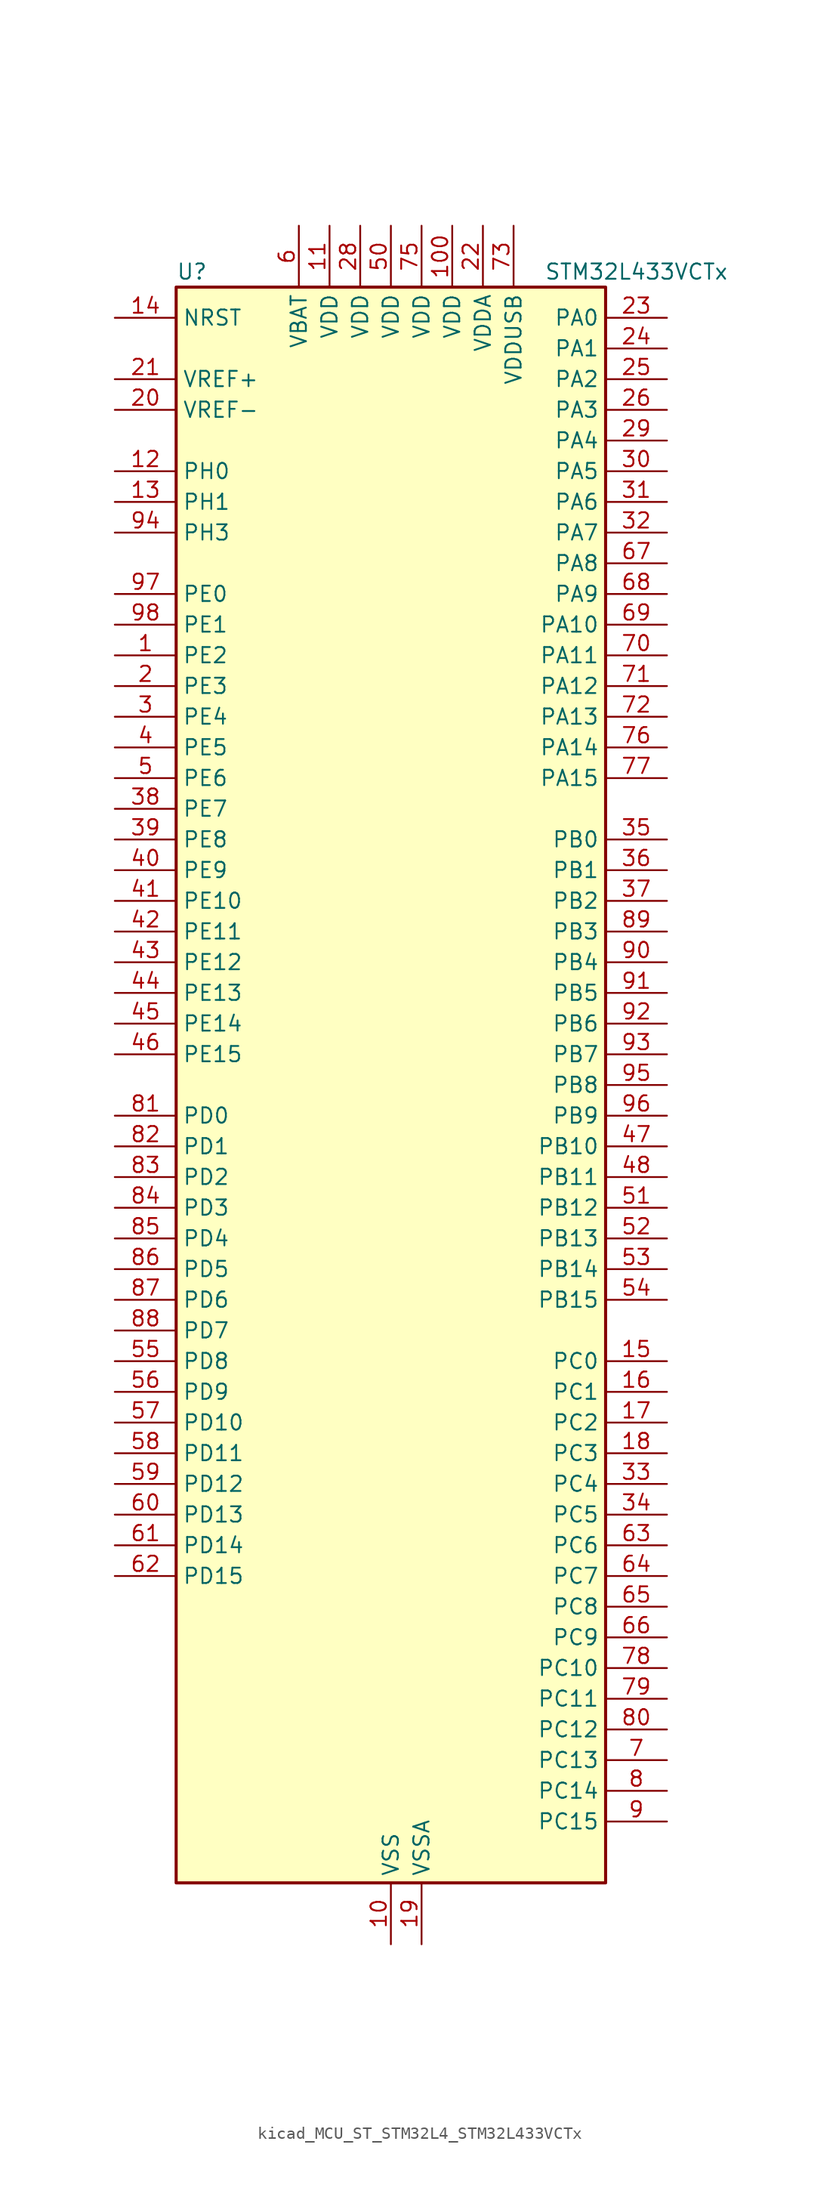
<source format=kicad_sym>
(kicad_symbol_lib
  (version 20220914)
  (generator kicad_symbol_editor)
  (symbol "kicad_MCU_ST_STM32L4_STM32L433VCTx"
    (property "Reference" "U"
      (at -17.78 67.31 0)
      (effects (font (size 1.27 1.27)) (justify left)))
    (property "Value" "STM32L433VCTx"
      (at 12.7 67.31 0)
      (effects (font (size 1.27 1.27)) (justify left)))
    (property "ki_locked" ""
      (at 0 0 0)
      (effects (font (size 1.27 1.27))))
    (symbol "kicad_MCU_ST_STM32L4_STM32L433VCTx_0_1"
      (rectangle (start -17.78 -66.04) (end 17.78 66.04) (stroke (width 0.254) (type default)) (fill (type background))))
    (symbol "kicad_MCU_ST_STM32L4_STM32L433VCTx_1_1"
      (pin bidirectional line (at -22.86 35.56 0) (length 5.08) (name "PE2" (effects (font (size 1.27 1.27)))) (number "1" (effects (font (size 1.27 1.27)))) (alternate "LCD_SEG38" bidirectional line) (alternate "SAI1_MCLK_A" bidirectional line) (alternate "SYS_TRACECLK" bidirectional line) (alternate "TSC_G7_IO1" bidirectional line))
      (pin power_in line (at 0 -71.12 90) (length 5.08) (name "VSS" (effects (font (size 1.27 1.27)))) (number "10" (effects (font (size 1.27 1.27)))))
      (pin power_in line (at 5.08 71.12 270) (length 5.08) (name "VDD" (effects (font (size 1.27 1.27)))) (number "100" (effects (font (size 1.27 1.27)))))
      (pin power_in line (at -5.08 71.12 270) (length 5.08) (name "VDD" (effects (font (size 1.27 1.27)))) (number "11" (effects (font (size 1.27 1.27)))))
      (pin bidirectional line (at -22.86 50.8 0) (length 5.08) (name "PH0" (effects (font (size 1.27 1.27)))) (number "12" (effects (font (size 1.27 1.27)))) (alternate "RCC_OSC_IN" bidirectional line))
      (pin bidirectional line (at -22.86 48.26 0) (length 5.08) (name "PH1" (effects (font (size 1.27 1.27)))) (number "13" (effects (font (size 1.27 1.27)))) (alternate "RCC_OSC_OUT" bidirectional line))
      (pin input line (at -22.86 63.5 0) (length 5.08) (name "NRST" (effects (font (size 1.27 1.27)))) (number "14" (effects (font (size 1.27 1.27)))))
      (pin bidirectional line (at 22.86 -22.86 180) (length 5.08) (name "PC0" (effects (font (size 1.27 1.27)))) (number "15" (effects (font (size 1.27 1.27)))) (alternate "ADC1_IN1" bidirectional line) (alternate "I2C3_SCL" bidirectional line) (alternate "LCD_SEG18" bidirectional line) (alternate "LPTIM1_IN1" bidirectional line) (alternate "LPTIM2_IN1" bidirectional line) (alternate "LPUART1_RX" bidirectional line))
      (pin bidirectional line (at 22.86 -25.4 180) (length 5.08) (name "PC1" (effects (font (size 1.27 1.27)))) (number "16" (effects (font (size 1.27 1.27)))) (alternate "ADC1_IN2" bidirectional line) (alternate "I2C3_SDA" bidirectional line) (alternate "LCD_SEG19" bidirectional line) (alternate "LPTIM1_OUT" bidirectional line) (alternate "LPUART1_TX" bidirectional line))
      (pin bidirectional line (at 22.86 -27.94 180) (length 5.08) (name "PC2" (effects (font (size 1.27 1.27)))) (number "17" (effects (font (size 1.27 1.27)))) (alternate "ADC1_IN3" bidirectional line) (alternate "LCD_SEG20" bidirectional line) (alternate "LPTIM1_IN2" bidirectional line) (alternate "SPI2_MISO" bidirectional line))
      (pin bidirectional line (at 22.86 -30.48 180) (length 5.08) (name "PC3" (effects (font (size 1.27 1.27)))) (number "18" (effects (font (size 1.27 1.27)))) (alternate "ADC1_IN4" bidirectional line) (alternate "LCD_VLCD" bidirectional line) (alternate "LPTIM1_ETR" bidirectional line) (alternate "LPTIM2_ETR" bidirectional line) (alternate "SAI1_SD_A" bidirectional line) (alternate "SPI2_MOSI" bidirectional line))
      (pin power_in line (at 2.54 -71.12 90) (length 5.08) (name "VSSA" (effects (font (size 1.27 1.27)))) (number "19" (effects (font (size 1.27 1.27)))))
      (pin bidirectional line (at -22.86 33.02 0) (length 5.08) (name "PE3" (effects (font (size 1.27 1.27)))) (number "2" (effects (font (size 1.27 1.27)))) (alternate "LCD_SEG39" bidirectional line) (alternate "SAI1_SD_B" bidirectional line) (alternate "SYS_TRACED0" bidirectional line) (alternate "TSC_G7_IO2" bidirectional line))
      (pin input line (at -22.86 55.88 0) (length 5.08) (name "VREF-" (effects (font (size 1.27 1.27)))) (number "20" (effects (font (size 1.27 1.27)))))
      (pin input line (at -22.86 58.42 0) (length 5.08) (name "VREF+" (effects (font (size 1.27 1.27)))) (number "21" (effects (font (size 1.27 1.27)))) (alternate "VREFBUF_OUT" bidirectional line))
      (pin power_in line (at 7.62 71.12 270) (length 5.08) (name "VDDA" (effects (font (size 1.27 1.27)))) (number "22" (effects (font (size 1.27 1.27)))))
      (pin bidirectional line (at 22.86 63.5 180) (length 5.08) (name "PA0" (effects (font (size 1.27 1.27)))) (number "23" (effects (font (size 1.27 1.27)))) (alternate "ADC1_IN5" bidirectional line) (alternate "COMP1_INM" bidirectional line) (alternate "COMP1_OUT" bidirectional line) (alternate "OPAMP1_VINP" bidirectional line) (alternate "RTC_TAMP2" bidirectional line) (alternate "SAI1_EXTCLK" bidirectional line) (alternate "SYS_WKUP1" bidirectional line) (alternate "TIM2_CH1" bidirectional line) (alternate "TIM2_ETR" bidirectional line) (alternate "USART2_CTS" bidirectional line))
      (pin bidirectional line (at 22.86 60.96 180) (length 5.08) (name "PA1" (effects (font (size 1.27 1.27)))) (number "24" (effects (font (size 1.27 1.27)))) (alternate "ADC1_IN6" bidirectional line) (alternate "COMP1_INP" bidirectional line) (alternate "I2C1_SMBA" bidirectional line) (alternate "LCD_SEG0" bidirectional line) (alternate "OPAMP1_VINM" bidirectional line) (alternate "SPI1_SCK" bidirectional line) (alternate "TIM15_CH1N" bidirectional line) (alternate "TIM2_CH2" bidirectional line) (alternate "USART2_DE" bidirectional line) (alternate "USART2_RTS" bidirectional line))
      (pin bidirectional line (at 22.86 58.42 180) (length 5.08) (name "PA2" (effects (font (size 1.27 1.27)))) (number "25" (effects (font (size 1.27 1.27)))) (alternate "ADC1_IN7" bidirectional line) (alternate "COMP2_INM" bidirectional line) (alternate "COMP2_OUT" bidirectional line) (alternate "LCD_SEG1" bidirectional line) (alternate "LPUART1_TX" bidirectional line) (alternate "QUADSPI_BK1_NCS" bidirectional line) (alternate "RCC_LSCO" bidirectional line) (alternate "SYS_WKUP4" bidirectional line) (alternate "TIM15_CH1" bidirectional line) (alternate "TIM2_CH3" bidirectional line) (alternate "USART2_TX" bidirectional line))
      (pin bidirectional line (at 22.86 55.88 180) (length 5.08) (name "PA3" (effects (font (size 1.27 1.27)))) (number "26" (effects (font (size 1.27 1.27)))) (alternate "ADC1_IN8" bidirectional line) (alternate "COMP2_INP" bidirectional line) (alternate "LCD_SEG2" bidirectional line) (alternate "LPUART1_RX" bidirectional line) (alternate "OPAMP1_VOUT" bidirectional line) (alternate "QUADSPI_CLK" bidirectional line) (alternate "SAI1_MCLK_A" bidirectional line) (alternate "TIM15_CH2" bidirectional line) (alternate "TIM2_CH4" bidirectional line) (alternate "USART2_RX" bidirectional line))
      (pin passive line (at 0 -71.12 90) (length 5.08) hide (name "VSS" (effects (font (size 1.27 1.27)))) (number "27" (effects (font (size 1.27 1.27)))))
      (pin power_in line (at -2.54 71.12 270) (length 5.08) (name "VDD" (effects (font (size 1.27 1.27)))) (number "28" (effects (font (size 1.27 1.27)))))
      (pin bidirectional line (at 22.86 53.34 180) (length 5.08) (name "PA4" (effects (font (size 1.27 1.27)))) (number "29" (effects (font (size 1.27 1.27)))) (alternate "ADC1_IN9" bidirectional line) (alternate "COMP1_INM" bidirectional line) (alternate "COMP2_INM" bidirectional line) (alternate "DAC1_OUT1" bidirectional line) (alternate "LPTIM2_OUT" bidirectional line) (alternate "SAI1_FS_B" bidirectional line) (alternate "SPI1_NSS" bidirectional line) (alternate "SPI3_NSS" bidirectional line) (alternate "USART2_CK" bidirectional line))
      (pin bidirectional line (at -22.86 30.48 0) (length 5.08) (name "PE4" (effects (font (size 1.27 1.27)))) (number "3" (effects (font (size 1.27 1.27)))) (alternate "SAI1_FS_A" bidirectional line) (alternate "SYS_TRACED1" bidirectional line) (alternate "TSC_G7_IO3" bidirectional line))
      (pin bidirectional line (at 22.86 50.8 180) (length 5.08) (name "PA5" (effects (font (size 1.27 1.27)))) (number "30" (effects (font (size 1.27 1.27)))) (alternate "ADC1_IN10" bidirectional line) (alternate "COMP1_INM" bidirectional line) (alternate "COMP2_INM" bidirectional line) (alternate "DAC1_OUT2" bidirectional line) (alternate "LPTIM2_ETR" bidirectional line) (alternate "SPI1_SCK" bidirectional line) (alternate "TIM2_CH1" bidirectional line) (alternate "TIM2_ETR" bidirectional line))
      (pin bidirectional line (at 22.86 48.26 180) (length 5.08) (name "PA6" (effects (font (size 1.27 1.27)))) (number "31" (effects (font (size 1.27 1.27)))) (alternate "ADC1_IN11" bidirectional line) (alternate "COMP1_OUT" bidirectional line) (alternate "LCD_SEG3" bidirectional line) (alternate "LPUART1_CTS" bidirectional line) (alternate "QUADSPI_BK1_IO3" bidirectional line) (alternate "SPI1_MISO" bidirectional line) (alternate "TIM16_CH1" bidirectional line) (alternate "TIM1_BKIN" bidirectional line) (alternate "TIM1_BKIN_COMP2" bidirectional line) (alternate "USART3_CTS" bidirectional line))
      (pin bidirectional line (at 22.86 45.72 180) (length 5.08) (name "PA7" (effects (font (size 1.27 1.27)))) (number "32" (effects (font (size 1.27 1.27)))) (alternate "ADC1_IN12" bidirectional line) (alternate "COMP2_OUT" bidirectional line) (alternate "I2C3_SCL" bidirectional line) (alternate "LCD_SEG4" bidirectional line) (alternate "QUADSPI_BK1_IO2" bidirectional line) (alternate "SPI1_MOSI" bidirectional line) (alternate "TIM1_CH1N" bidirectional line))
      (pin bidirectional line (at 22.86 -33.02 180) (length 5.08) (name "PC4" (effects (font (size 1.27 1.27)))) (number "33" (effects (font (size 1.27 1.27)))) (alternate "ADC1_IN13" bidirectional line) (alternate "COMP1_INM" bidirectional line) (alternate "LCD_SEG22" bidirectional line) (alternate "USART3_TX" bidirectional line))
      (pin bidirectional line (at 22.86 -35.56 180) (length 5.08) (name "PC5" (effects (font (size 1.27 1.27)))) (number "34" (effects (font (size 1.27 1.27)))) (alternate "ADC1_IN14" bidirectional line) (alternate "COMP1_INP" bidirectional line) (alternate "LCD_SEG23" bidirectional line) (alternate "SYS_WKUP5" bidirectional line) (alternate "USART3_RX" bidirectional line))
      (pin bidirectional line (at 22.86 20.32 180) (length 5.08) (name "PB0" (effects (font (size 1.27 1.27)))) (number "35" (effects (font (size 1.27 1.27)))) (alternate "ADC1_IN15" bidirectional line) (alternate "COMP1_OUT" bidirectional line) (alternate "LCD_SEG5" bidirectional line) (alternate "QUADSPI_BK1_IO1" bidirectional line) (alternate "SAI1_EXTCLK" bidirectional line) (alternate "SPI1_NSS" bidirectional line) (alternate "TIM1_CH2N" bidirectional line) (alternate "USART3_CK" bidirectional line))
      (pin bidirectional line (at 22.86 17.78 180) (length 5.08) (name "PB1" (effects (font (size 1.27 1.27)))) (number "36" (effects (font (size 1.27 1.27)))) (alternate "ADC1_IN16" bidirectional line) (alternate "COMP1_INM" bidirectional line) (alternate "LCD_SEG6" bidirectional line) (alternate "LPTIM2_IN1" bidirectional line) (alternate "LPUART1_DE" bidirectional line) (alternate "LPUART1_RTS" bidirectional line) (alternate "QUADSPI_BK1_IO0" bidirectional line) (alternate "TIM1_CH3N" bidirectional line) (alternate "USART3_DE" bidirectional line) (alternate "USART3_RTS" bidirectional line))
      (pin bidirectional line (at 22.86 15.24 180) (length 5.08) (name "PB2" (effects (font (size 1.27 1.27)))) (number "37" (effects (font (size 1.27 1.27)))) (alternate "COMP1_INP" bidirectional line) (alternate "I2C3_SMBA" bidirectional line) (alternate "LCD_VLCD" bidirectional line) (alternate "LPTIM1_OUT" bidirectional line) (alternate "RTC_OUT_ALARM" bidirectional line) (alternate "RTC_OUT_CALIB" bidirectional line))
      (pin bidirectional line (at -22.86 22.86 0) (length 5.08) (name "PE7" (effects (font (size 1.27 1.27)))) (number "38" (effects (font (size 1.27 1.27)))) (alternate "SAI1_SD_B" bidirectional line) (alternate "TIM1_ETR" bidirectional line))
      (pin bidirectional line (at -22.86 20.32 0) (length 5.08) (name "PE8" (effects (font (size 1.27 1.27)))) (number "39" (effects (font (size 1.27 1.27)))) (alternate "SAI1_SCK_B" bidirectional line) (alternate "TIM1_CH1N" bidirectional line))
      (pin bidirectional line (at -22.86 27.94 0) (length 5.08) (name "PE5" (effects (font (size 1.27 1.27)))) (number "4" (effects (font (size 1.27 1.27)))) (alternate "SAI1_SCK_A" bidirectional line) (alternate "SYS_TRACED2" bidirectional line) (alternate "TSC_G7_IO4" bidirectional line))
      (pin bidirectional line (at -22.86 17.78 0) (length 5.08) (name "PE9" (effects (font (size 1.27 1.27)))) (number "40" (effects (font (size 1.27 1.27)))) (alternate "DAC1_EXTI9" bidirectional line) (alternate "SAI1_FS_B" bidirectional line) (alternate "TIM1_CH1" bidirectional line))
      (pin bidirectional line (at -22.86 15.24 0) (length 5.08) (name "PE10" (effects (font (size 1.27 1.27)))) (number "41" (effects (font (size 1.27 1.27)))) (alternate "QUADSPI_CLK" bidirectional line) (alternate "SAI1_MCLK_B" bidirectional line) (alternate "TIM1_CH2N" bidirectional line) (alternate "TSC_G5_IO1" bidirectional line))
      (pin bidirectional line (at -22.86 12.7 0) (length 5.08) (name "PE11" (effects (font (size 1.27 1.27)))) (number "42" (effects (font (size 1.27 1.27)))) (alternate "ADC1_EXTI11" bidirectional line) (alternate "QUADSPI_BK1_NCS" bidirectional line) (alternate "TIM1_CH2" bidirectional line) (alternate "TSC_G5_IO2" bidirectional line))
      (pin bidirectional line (at -22.86 10.16 0) (length 5.08) (name "PE12" (effects (font (size 1.27 1.27)))) (number "43" (effects (font (size 1.27 1.27)))) (alternate "QUADSPI_BK1_IO0" bidirectional line) (alternate "SPI1_NSS" bidirectional line) (alternate "TIM1_CH3N" bidirectional line) (alternate "TSC_G5_IO3" bidirectional line))
      (pin bidirectional line (at -22.86 7.62 0) (length 5.08) (name "PE13" (effects (font (size 1.27 1.27)))) (number "44" (effects (font (size 1.27 1.27)))) (alternate "QUADSPI_BK1_IO1" bidirectional line) (alternate "SPI1_SCK" bidirectional line) (alternate "TIM1_CH3" bidirectional line) (alternate "TSC_G5_IO4" bidirectional line))
      (pin bidirectional line (at -22.86 5.08 0) (length 5.08) (name "PE14" (effects (font (size 1.27 1.27)))) (number "45" (effects (font (size 1.27 1.27)))) (alternate "QUADSPI_BK1_IO2" bidirectional line) (alternate "SPI1_MISO" bidirectional line) (alternate "TIM1_BKIN2" bidirectional line) (alternate "TIM1_BKIN2_COMP2" bidirectional line) (alternate "TIM1_CH4" bidirectional line))
      (pin bidirectional line (at -22.86 2.54 0) (length 5.08) (name "PE15" (effects (font (size 1.27 1.27)))) (number "46" (effects (font (size 1.27 1.27)))) (alternate "ADC1_EXTI15" bidirectional line) (alternate "QUADSPI_BK1_IO3" bidirectional line) (alternate "SPI1_MOSI" bidirectional line) (alternate "TIM1_BKIN" bidirectional line) (alternate "TIM1_BKIN_COMP1" bidirectional line))
      (pin bidirectional line (at 22.86 -5.08 180) (length 5.08) (name "PB10" (effects (font (size 1.27 1.27)))) (number "47" (effects (font (size 1.27 1.27)))) (alternate "COMP1_OUT" bidirectional line) (alternate "I2C2_SCL" bidirectional line) (alternate "LCD_SEG10" bidirectional line) (alternate "LPUART1_RX" bidirectional line) (alternate "QUADSPI_CLK" bidirectional line) (alternate "SAI1_SCK_A" bidirectional line) (alternate "SPI2_SCK" bidirectional line) (alternate "TIM2_CH3" bidirectional line) (alternate "TSC_SYNC" bidirectional line) (alternate "USART3_TX" bidirectional line))
      (pin bidirectional line (at 22.86 -7.62 180) (length 5.08) (name "PB11" (effects (font (size 1.27 1.27)))) (number "48" (effects (font (size 1.27 1.27)))) (alternate "ADC1_EXTI11" bidirectional line) (alternate "COMP2_OUT" bidirectional line) (alternate "I2C2_SDA" bidirectional line) (alternate "LCD_SEG11" bidirectional line) (alternate "LPUART1_TX" bidirectional line) (alternate "QUADSPI_BK1_NCS" bidirectional line) (alternate "TIM2_CH4" bidirectional line) (alternate "USART3_RX" bidirectional line))
      (pin passive line (at 0 -71.12 90) (length 5.08) hide (name "VSS" (effects (font (size 1.27 1.27)))) (number "49" (effects (font (size 1.27 1.27)))))
      (pin bidirectional line (at -22.86 25.4 0) (length 5.08) (name "PE6" (effects (font (size 1.27 1.27)))) (number "5" (effects (font (size 1.27 1.27)))) (alternate "RTC_TAMP3" bidirectional line) (alternate "SAI1_SD_A" bidirectional line) (alternate "SYS_TRACED3" bidirectional line) (alternate "SYS_WKUP3" bidirectional line))
      (pin power_in line (at 0 71.12 270) (length 5.08) (name "VDD" (effects (font (size 1.27 1.27)))) (number "50" (effects (font (size 1.27 1.27)))))
      (pin bidirectional line (at 22.86 -10.16 180) (length 5.08) (name "PB12" (effects (font (size 1.27 1.27)))) (number "51" (effects (font (size 1.27 1.27)))) (alternate "I2C2_SMBA" bidirectional line) (alternate "LCD_SEG12" bidirectional line) (alternate "LPUART1_DE" bidirectional line) (alternate "LPUART1_RTS" bidirectional line) (alternate "SAI1_FS_A" bidirectional line) (alternate "SPI2_NSS" bidirectional line) (alternate "SWPMI1_IO" bidirectional line) (alternate "TIM15_BKIN" bidirectional line) (alternate "TIM1_BKIN" bidirectional line) (alternate "TIM1_BKIN_COMP2" bidirectional line) (alternate "TSC_G1_IO1" bidirectional line) (alternate "USART3_CK" bidirectional line))
      (pin bidirectional line (at 22.86 -12.7 180) (length 5.08) (name "PB13" (effects (font (size 1.27 1.27)))) (number "52" (effects (font (size 1.27 1.27)))) (alternate "I2C2_SCL" bidirectional line) (alternate "LCD_SEG13" bidirectional line) (alternate "LPUART1_CTS" bidirectional line) (alternate "SAI1_SCK_A" bidirectional line) (alternate "SPI2_SCK" bidirectional line) (alternate "SWPMI1_TX" bidirectional line) (alternate "TIM15_CH1N" bidirectional line) (alternate "TIM1_CH1N" bidirectional line) (alternate "TSC_G1_IO2" bidirectional line) (alternate "USART3_CTS" bidirectional line))
      (pin bidirectional line (at 22.86 -15.24 180) (length 5.08) (name "PB14" (effects (font (size 1.27 1.27)))) (number "53" (effects (font (size 1.27 1.27)))) (alternate "I2C2_SDA" bidirectional line) (alternate "LCD_SEG14" bidirectional line) (alternate "SAI1_MCLK_A" bidirectional line) (alternate "SPI2_MISO" bidirectional line) (alternate "SWPMI1_RX" bidirectional line) (alternate "TIM15_CH1" bidirectional line) (alternate "TIM1_CH2N" bidirectional line) (alternate "TSC_G1_IO3" bidirectional line) (alternate "USART3_DE" bidirectional line) (alternate "USART3_RTS" bidirectional line))
      (pin bidirectional line (at 22.86 -17.78 180) (length 5.08) (name "PB15" (effects (font (size 1.27 1.27)))) (number "54" (effects (font (size 1.27 1.27)))) (alternate "ADC1_EXTI15" bidirectional line) (alternate "LCD_SEG15" bidirectional line) (alternate "RTC_REFIN" bidirectional line) (alternate "SAI1_SD_A" bidirectional line) (alternate "SPI2_MOSI" bidirectional line) (alternate "SWPMI1_SUSPEND" bidirectional line) (alternate "TIM15_CH2" bidirectional line) (alternate "TIM1_CH3N" bidirectional line) (alternate "TSC_G1_IO4" bidirectional line))
      (pin bidirectional line (at -22.86 -22.86 0) (length 5.08) (name "PD8" (effects (font (size 1.27 1.27)))) (number "55" (effects (font (size 1.27 1.27)))) (alternate "LCD_SEG28" bidirectional line) (alternate "USART3_TX" bidirectional line))
      (pin bidirectional line (at -22.86 -25.4 0) (length 5.08) (name "PD9" (effects (font (size 1.27 1.27)))) (number "56" (effects (font (size 1.27 1.27)))) (alternate "DAC1_EXTI9" bidirectional line) (alternate "LCD_SEG29" bidirectional line) (alternate "USART3_RX" bidirectional line))
      (pin bidirectional line (at -22.86 -27.94 0) (length 5.08) (name "PD10" (effects (font (size 1.27 1.27)))) (number "57" (effects (font (size 1.27 1.27)))) (alternate "LCD_SEG30" bidirectional line) (alternate "TSC_G6_IO1" bidirectional line) (alternate "USART3_CK" bidirectional line))
      (pin bidirectional line (at -22.86 -30.48 0) (length 5.08) (name "PD11" (effects (font (size 1.27 1.27)))) (number "58" (effects (font (size 1.27 1.27)))) (alternate "ADC1_EXTI11" bidirectional line) (alternate "LCD_SEG31" bidirectional line) (alternate "LPTIM2_ETR" bidirectional line) (alternate "TSC_G6_IO2" bidirectional line) (alternate "USART3_CTS" bidirectional line))
      (pin bidirectional line (at -22.86 -33.02 0) (length 5.08) (name "PD12" (effects (font (size 1.27 1.27)))) (number "59" (effects (font (size 1.27 1.27)))) (alternate "LCD_SEG32" bidirectional line) (alternate "LPTIM2_IN1" bidirectional line) (alternate "TSC_G6_IO3" bidirectional line) (alternate "USART3_DE" bidirectional line) (alternate "USART3_RTS" bidirectional line))
      (pin power_in line (at -7.62 71.12 270) (length 5.08) (name "VBAT" (effects (font (size 1.27 1.27)))) (number "6" (effects (font (size 1.27 1.27)))))
      (pin bidirectional line (at -22.86 -35.56 0) (length 5.08) (name "PD13" (effects (font (size 1.27 1.27)))) (number "60" (effects (font (size 1.27 1.27)))) (alternate "LCD_SEG33" bidirectional line) (alternate "LPTIM2_OUT" bidirectional line) (alternate "TSC_G6_IO4" bidirectional line))
      (pin bidirectional line (at -22.86 -38.1 0) (length 5.08) (name "PD14" (effects (font (size 1.27 1.27)))) (number "61" (effects (font (size 1.27 1.27)))) (alternate "LCD_SEG34" bidirectional line))
      (pin bidirectional line (at -22.86 -40.64 0) (length 5.08) (name "PD15" (effects (font (size 1.27 1.27)))) (number "62" (effects (font (size 1.27 1.27)))) (alternate "ADC1_EXTI15" bidirectional line) (alternate "LCD_SEG35" bidirectional line))
      (pin bidirectional line (at 22.86 -38.1 180) (length 5.08) (name "PC6" (effects (font (size 1.27 1.27)))) (number "63" (effects (font (size 1.27 1.27)))) (alternate "LCD_SEG24" bidirectional line) (alternate "SDMMC1_D6" bidirectional line) (alternate "TSC_G4_IO1" bidirectional line))
      (pin bidirectional line (at 22.86 -40.64 180) (length 5.08) (name "PC7" (effects (font (size 1.27 1.27)))) (number "64" (effects (font (size 1.27 1.27)))) (alternate "LCD_SEG25" bidirectional line) (alternate "SDMMC1_D7" bidirectional line) (alternate "TSC_G4_IO2" bidirectional line))
      (pin bidirectional line (at 22.86 -43.18 180) (length 5.08) (name "PC8" (effects (font (size 1.27 1.27)))) (number "65" (effects (font (size 1.27 1.27)))) (alternate "LCD_SEG26" bidirectional line) (alternate "SDMMC1_D0" bidirectional line) (alternate "TSC_G4_IO3" bidirectional line))
      (pin bidirectional line (at 22.86 -45.72 180) (length 5.08) (name "PC9" (effects (font (size 1.27 1.27)))) (number "66" (effects (font (size 1.27 1.27)))) (alternate "DAC1_EXTI9" bidirectional line) (alternate "LCD_SEG27" bidirectional line) (alternate "SDMMC1_D1" bidirectional line) (alternate "TSC_G4_IO4" bidirectional line) (alternate "USB_NOE" bidirectional line))
      (pin bidirectional line (at 22.86 43.18 180) (length 5.08) (name "PA8" (effects (font (size 1.27 1.27)))) (number "67" (effects (font (size 1.27 1.27)))) (alternate "LCD_COM0" bidirectional line) (alternate "LPTIM2_OUT" bidirectional line) (alternate "RCC_MCO" bidirectional line) (alternate "SAI1_SCK_A" bidirectional line) (alternate "SWPMI1_IO" bidirectional line) (alternate "TIM1_CH1" bidirectional line) (alternate "USART1_CK" bidirectional line))
      (pin bidirectional line (at 22.86 40.64 180) (length 5.08) (name "PA9" (effects (font (size 1.27 1.27)))) (number "68" (effects (font (size 1.27 1.27)))) (alternate "DAC1_EXTI9" bidirectional line) (alternate "I2C1_SCL" bidirectional line) (alternate "LCD_COM1" bidirectional line) (alternate "SAI1_FS_A" bidirectional line) (alternate "TIM15_BKIN" bidirectional line) (alternate "TIM1_CH2" bidirectional line) (alternate "USART1_TX" bidirectional line))
      (pin bidirectional line (at 22.86 38.1 180) (length 5.08) (name "PA10" (effects (font (size 1.27 1.27)))) (number "69" (effects (font (size 1.27 1.27)))) (alternate "CRS_SYNC" bidirectional line) (alternate "I2C1_SDA" bidirectional line) (alternate "LCD_COM2" bidirectional line) (alternate "SAI1_SD_A" bidirectional line) (alternate "TIM1_CH3" bidirectional line) (alternate "USART1_RX" bidirectional line))
      (pin bidirectional line (at 22.86 -55.88 180) (length 5.08) (name "PC13" (effects (font (size 1.27 1.27)))) (number "7" (effects (font (size 1.27 1.27)))) (alternate "RTC_OUT_ALARM" bidirectional line) (alternate "RTC_OUT_CALIB" bidirectional line) (alternate "RTC_TAMP1" bidirectional line) (alternate "RTC_TS" bidirectional line) (alternate "SYS_WKUP2" bidirectional line))
      (pin bidirectional line (at 22.86 35.56 180) (length 5.08) (name "PA11" (effects (font (size 1.27 1.27)))) (number "70" (effects (font (size 1.27 1.27)))) (alternate "ADC1_EXTI11" bidirectional line) (alternate "CAN1_RX" bidirectional line) (alternate "COMP1_OUT" bidirectional line) (alternate "SPI1_MISO" bidirectional line) (alternate "TIM1_BKIN2" bidirectional line) (alternate "TIM1_BKIN2_COMP1" bidirectional line) (alternate "TIM1_CH4" bidirectional line) (alternate "USART1_CTS" bidirectional line) (alternate "USB_DM" bidirectional line))
      (pin bidirectional line (at 22.86 33.02 180) (length 5.08) (name "PA12" (effects (font (size 1.27 1.27)))) (number "71" (effects (font (size 1.27 1.27)))) (alternate "CAN1_TX" bidirectional line) (alternate "SPI1_MOSI" bidirectional line) (alternate "TIM1_ETR" bidirectional line) (alternate "USART1_DE" bidirectional line) (alternate "USART1_RTS" bidirectional line) (alternate "USB_DP" bidirectional line))
      (pin bidirectional line (at 22.86 30.48 180) (length 5.08) (name "PA13" (effects (font (size 1.27 1.27)))) (number "72" (effects (font (size 1.27 1.27)))) (alternate "IR_OUT" bidirectional line) (alternate "SAI1_SD_B" bidirectional line) (alternate "SWPMI1_TX" bidirectional line) (alternate "SYS_JTMS-SWDIO" bidirectional line) (alternate "USB_NOE" bidirectional line))
      (pin power_in line (at 10.16 71.12 270) (length 5.08) (name "VDDUSB" (effects (font (size 1.27 1.27)))) (number "73" (effects (font (size 1.27 1.27)))))
      (pin passive line (at 0 -71.12 90) (length 5.08) hide (name "VSS" (effects (font (size 1.27 1.27)))) (number "74" (effects (font (size 1.27 1.27)))))
      (pin power_in line (at 2.54 71.12 270) (length 5.08) (name "VDD" (effects (font (size 1.27 1.27)))) (number "75" (effects (font (size 1.27 1.27)))))
      (pin bidirectional line (at 22.86 27.94 180) (length 5.08) (name "PA14" (effects (font (size 1.27 1.27)))) (number "76" (effects (font (size 1.27 1.27)))) (alternate "I2C1_SMBA" bidirectional line) (alternate "LPTIM1_OUT" bidirectional line) (alternate "SAI1_FS_B" bidirectional line) (alternate "SWPMI1_RX" bidirectional line) (alternate "SYS_JTCK-SWCLK" bidirectional line))
      (pin bidirectional line (at 22.86 25.4 180) (length 5.08) (name "PA15" (effects (font (size 1.27 1.27)))) (number "77" (effects (font (size 1.27 1.27)))) (alternate "ADC1_EXTI15" bidirectional line) (alternate "LCD_SEG17" bidirectional line) (alternate "SPI1_NSS" bidirectional line) (alternate "SPI3_NSS" bidirectional line) (alternate "SWPMI1_SUSPEND" bidirectional line) (alternate "SYS_JTDI" bidirectional line) (alternate "TIM2_CH1" bidirectional line) (alternate "TIM2_ETR" bidirectional line) (alternate "TSC_G3_IO1" bidirectional line) (alternate "USART2_RX" bidirectional line) (alternate "USART3_DE" bidirectional line) (alternate "USART3_RTS" bidirectional line))
      (pin bidirectional line (at 22.86 -48.26 180) (length 5.08) (name "PC10" (effects (font (size 1.27 1.27)))) (number "78" (effects (font (size 1.27 1.27)))) (alternate "LCD_COM4" bidirectional line) (alternate "LCD_SEG28" bidirectional line) (alternate "LCD_SEG40" bidirectional line) (alternate "SDMMC1_D2" bidirectional line) (alternate "SPI3_SCK" bidirectional line) (alternate "TSC_G3_IO2" bidirectional line) (alternate "USART3_TX" bidirectional line))
      (pin bidirectional line (at 22.86 -50.8 180) (length 5.08) (name "PC11" (effects (font (size 1.27 1.27)))) (number "79" (effects (font (size 1.27 1.27)))) (alternate "ADC1_EXTI11" bidirectional line) (alternate "LCD_COM5" bidirectional line) (alternate "LCD_SEG29" bidirectional line) (alternate "LCD_SEG41" bidirectional line) (alternate "SDMMC1_D3" bidirectional line) (alternate "SPI3_MISO" bidirectional line) (alternate "TSC_G3_IO3" bidirectional line) (alternate "USART3_RX" bidirectional line))
      (pin bidirectional line (at 22.86 -58.42 180) (length 5.08) (name "PC14" (effects (font (size 1.27 1.27)))) (number "8" (effects (font (size 1.27 1.27)))) (alternate "RCC_OSC32_IN" bidirectional line))
      (pin bidirectional line (at 22.86 -53.34 180) (length 5.08) (name "PC12" (effects (font (size 1.27 1.27)))) (number "80" (effects (font (size 1.27 1.27)))) (alternate "LCD_COM6" bidirectional line) (alternate "LCD_SEG30" bidirectional line) (alternate "LCD_SEG42" bidirectional line) (alternate "SDMMC1_CK" bidirectional line) (alternate "SPI3_MOSI" bidirectional line) (alternate "TSC_G3_IO4" bidirectional line) (alternate "USART3_CK" bidirectional line))
      (pin bidirectional line (at -22.86 -2.54 0) (length 5.08) (name "PD0" (effects (font (size 1.27 1.27)))) (number "81" (effects (font (size 1.27 1.27)))) (alternate "CAN1_RX" bidirectional line) (alternate "SPI2_NSS" bidirectional line))
      (pin bidirectional line (at -22.86 -5.08 0) (length 5.08) (name "PD1" (effects (font (size 1.27 1.27)))) (number "82" (effects (font (size 1.27 1.27)))) (alternate "CAN1_TX" bidirectional line) (alternate "SPI2_SCK" bidirectional line))
      (pin bidirectional line (at -22.86 -7.62 0) (length 5.08) (name "PD2" (effects (font (size 1.27 1.27)))) (number "83" (effects (font (size 1.27 1.27)))) (alternate "LCD_COM7" bidirectional line) (alternate "LCD_SEG31" bidirectional line) (alternate "LCD_SEG43" bidirectional line) (alternate "SDMMC1_CMD" bidirectional line) (alternate "TSC_SYNC" bidirectional line) (alternate "USART3_DE" bidirectional line) (alternate "USART3_RTS" bidirectional line))
      (pin bidirectional line (at -22.86 -10.16 0) (length 5.08) (name "PD3" (effects (font (size 1.27 1.27)))) (number "84" (effects (font (size 1.27 1.27)))) (alternate "QUADSPI_BK2_NCS" bidirectional line) (alternate "SPI2_MISO" bidirectional line) (alternate "USART2_CTS" bidirectional line))
      (pin bidirectional line (at -22.86 -12.7 0) (length 5.08) (name "PD4" (effects (font (size 1.27 1.27)))) (number "85" (effects (font (size 1.27 1.27)))) (alternate "QUADSPI_BK2_IO0" bidirectional line) (alternate "SPI2_MOSI" bidirectional line) (alternate "USART2_DE" bidirectional line) (alternate "USART2_RTS" bidirectional line))
      (pin bidirectional line (at -22.86 -15.24 0) (length 5.08) (name "PD5" (effects (font (size 1.27 1.27)))) (number "86" (effects (font (size 1.27 1.27)))) (alternate "QUADSPI_BK2_IO1" bidirectional line) (alternate "USART2_TX" bidirectional line))
      (pin bidirectional line (at -22.86 -17.78 0) (length 5.08) (name "PD6" (effects (font (size 1.27 1.27)))) (number "87" (effects (font (size 1.27 1.27)))) (alternate "QUADSPI_BK2_IO2" bidirectional line) (alternate "SAI1_SD_A" bidirectional line) (alternate "USART2_RX" bidirectional line))
      (pin bidirectional line (at -22.86 -20.32 0) (length 5.08) (name "PD7" (effects (font (size 1.27 1.27)))) (number "88" (effects (font (size 1.27 1.27)))) (alternate "QUADSPI_BK2_IO3" bidirectional line) (alternate "USART2_CK" bidirectional line))
      (pin bidirectional line (at 22.86 12.7 180) (length 5.08) (name "PB3" (effects (font (size 1.27 1.27)))) (number "89" (effects (font (size 1.27 1.27)))) (alternate "COMP2_INM" bidirectional line) (alternate "LCD_SEG7" bidirectional line) (alternate "SAI1_SCK_B" bidirectional line) (alternate "SPI1_SCK" bidirectional line) (alternate "SPI3_SCK" bidirectional line) (alternate "SYS_JTDO-SWO" bidirectional line) (alternate "TIM2_CH2" bidirectional line) (alternate "USART1_DE" bidirectional line) (alternate "USART1_RTS" bidirectional line))
      (pin bidirectional line (at 22.86 -60.96 180) (length 5.08) (name "PC15" (effects (font (size 1.27 1.27)))) (number "9" (effects (font (size 1.27 1.27)))) (alternate "ADC1_EXTI15" bidirectional line) (alternate "RCC_OSC32_OUT" bidirectional line))
      (pin bidirectional line (at 22.86 10.16 180) (length 5.08) (name "PB4" (effects (font (size 1.27 1.27)))) (number "90" (effects (font (size 1.27 1.27)))) (alternate "COMP2_INP" bidirectional line) (alternate "I2C3_SDA" bidirectional line) (alternate "LCD_SEG8" bidirectional line) (alternate "SAI1_MCLK_B" bidirectional line) (alternate "SPI1_MISO" bidirectional line) (alternate "SPI3_MISO" bidirectional line) (alternate "SYS_JTRST" bidirectional line) (alternate "TSC_G2_IO1" bidirectional line) (alternate "USART1_CTS" bidirectional line))
      (pin bidirectional line (at 22.86 7.62 180) (length 5.08) (name "PB5" (effects (font (size 1.27 1.27)))) (number "91" (effects (font (size 1.27 1.27)))) (alternate "COMP2_OUT" bidirectional line) (alternate "I2C1_SMBA" bidirectional line) (alternate "LCD_SEG9" bidirectional line) (alternate "LPTIM1_IN1" bidirectional line) (alternate "SAI1_SD_B" bidirectional line) (alternate "SPI1_MOSI" bidirectional line) (alternate "SPI3_MOSI" bidirectional line) (alternate "TIM16_BKIN" bidirectional line) (alternate "TSC_G2_IO2" bidirectional line) (alternate "USART1_CK" bidirectional line))
      (pin bidirectional line (at 22.86 5.08 180) (length 5.08) (name "PB6" (effects (font (size 1.27 1.27)))) (number "92" (effects (font (size 1.27 1.27)))) (alternate "COMP2_INP" bidirectional line) (alternate "I2C1_SCL" bidirectional line) (alternate "LPTIM1_ETR" bidirectional line) (alternate "SAI1_FS_B" bidirectional line) (alternate "TIM16_CH1N" bidirectional line) (alternate "TSC_G2_IO3" bidirectional line) (alternate "USART1_TX" bidirectional line))
      (pin bidirectional line (at 22.86 2.54 180) (length 5.08) (name "PB7" (effects (font (size 1.27 1.27)))) (number "93" (effects (font (size 1.27 1.27)))) (alternate "COMP2_INM" bidirectional line) (alternate "I2C1_SDA" bidirectional line) (alternate "LCD_SEG21" bidirectional line) (alternate "LPTIM1_IN2" bidirectional line) (alternate "SYS_PVD_IN" bidirectional line) (alternate "TSC_G2_IO4" bidirectional line) (alternate "USART1_RX" bidirectional line))
      (pin bidirectional line (at -22.86 45.72 0) (length 5.08) (name "PH3" (effects (font (size 1.27 1.27)))) (number "94" (effects (font (size 1.27 1.27)))))
      (pin bidirectional line (at 22.86 0 180) (length 5.08) (name "PB8" (effects (font (size 1.27 1.27)))) (number "95" (effects (font (size 1.27 1.27)))) (alternate "CAN1_RX" bidirectional line) (alternate "I2C1_SCL" bidirectional line) (alternate "LCD_SEG16" bidirectional line) (alternate "SAI1_MCLK_A" bidirectional line) (alternate "SDMMC1_D4" bidirectional line) (alternate "TIM16_CH1" bidirectional line))
      (pin bidirectional line (at 22.86 -2.54 180) (length 5.08) (name "PB9" (effects (font (size 1.27 1.27)))) (number "96" (effects (font (size 1.27 1.27)))) (alternate "CAN1_TX" bidirectional line) (alternate "DAC1_EXTI9" bidirectional line) (alternate "I2C1_SDA" bidirectional line) (alternate "IR_OUT" bidirectional line) (alternate "LCD_COM3" bidirectional line) (alternate "SAI1_FS_A" bidirectional line) (alternate "SDMMC1_D5" bidirectional line) (alternate "SPI2_NSS" bidirectional line))
      (pin bidirectional line (at -22.86 40.64 0) (length 5.08) (name "PE0" (effects (font (size 1.27 1.27)))) (number "97" (effects (font (size 1.27 1.27)))) (alternate "LCD_SEG36" bidirectional line) (alternate "TIM16_CH1" bidirectional line))
      (pin bidirectional line (at -22.86 38.1 0) (length 5.08) (name "PE1" (effects (font (size 1.27 1.27)))) (number "98" (effects (font (size 1.27 1.27)))) (alternate "LCD_SEG37" bidirectional line))
      (pin passive line (at 0 -71.12 90) (length 5.08) hide (name "VSS" (effects (font (size 1.27 1.27)))) (number "99" (effects (font (size 1.27 1.27))))))))
</source>
